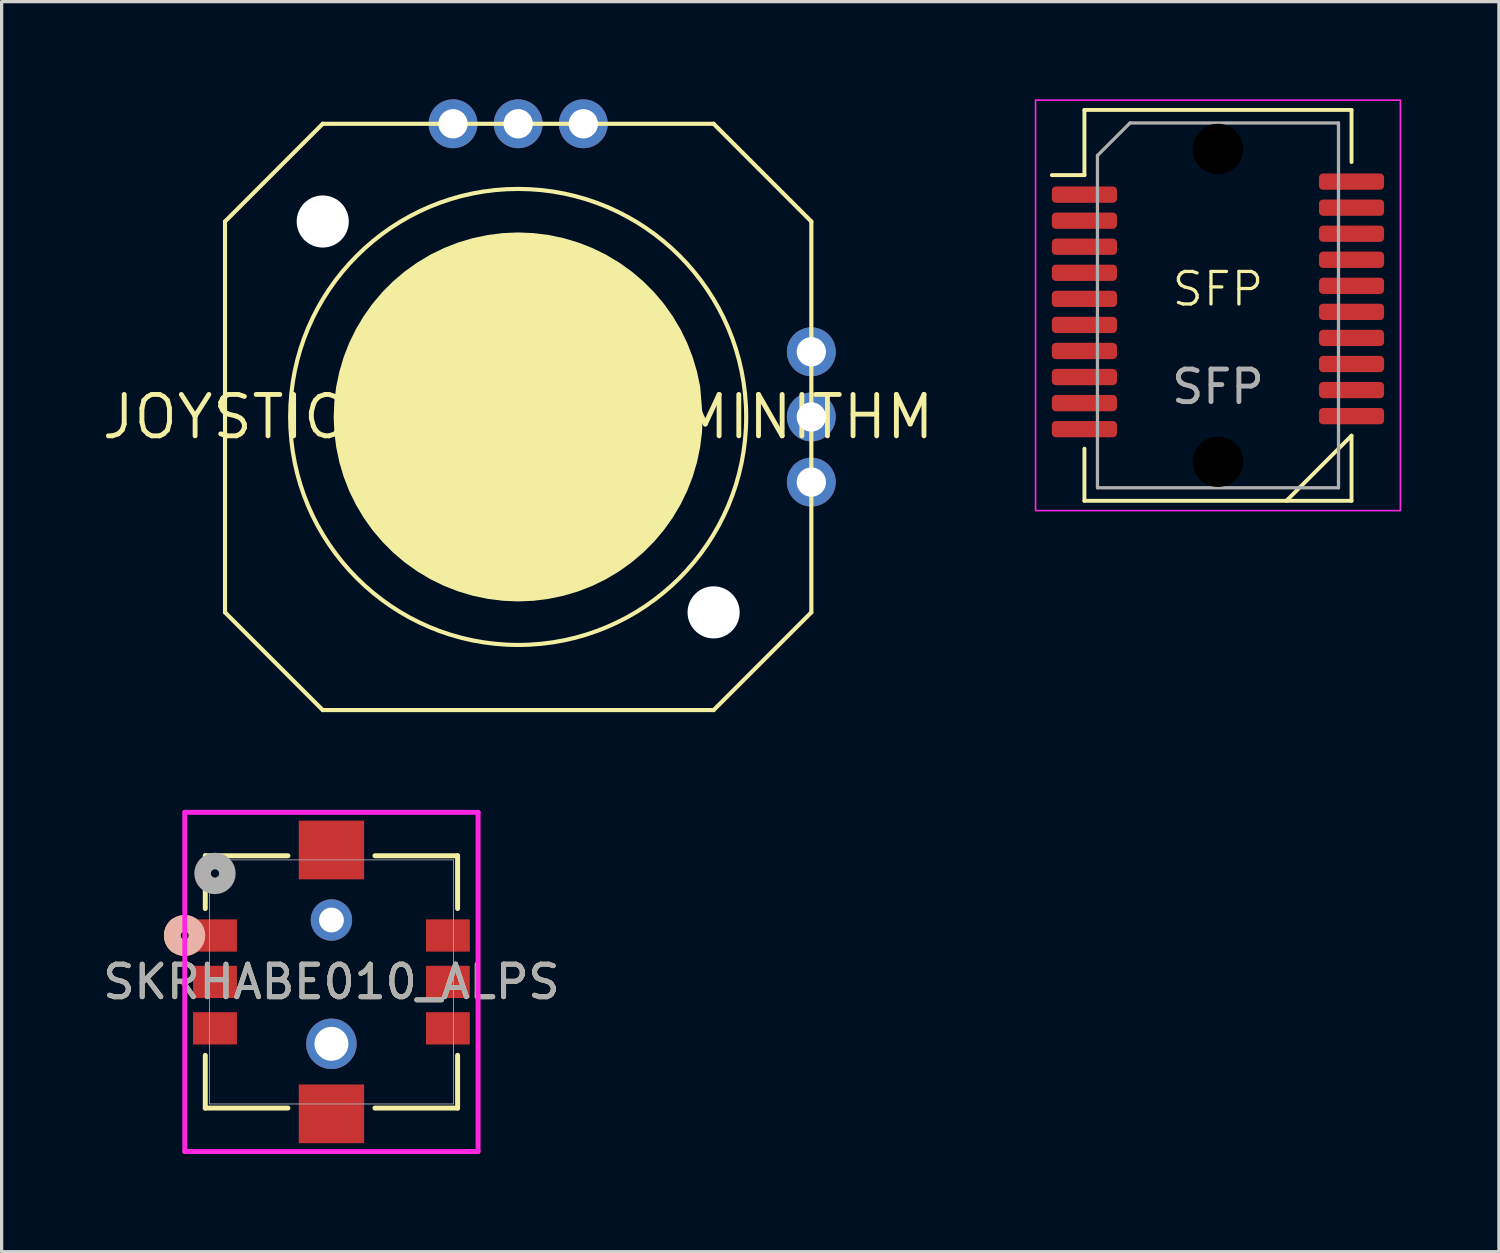
<source format=kicad_pcb>
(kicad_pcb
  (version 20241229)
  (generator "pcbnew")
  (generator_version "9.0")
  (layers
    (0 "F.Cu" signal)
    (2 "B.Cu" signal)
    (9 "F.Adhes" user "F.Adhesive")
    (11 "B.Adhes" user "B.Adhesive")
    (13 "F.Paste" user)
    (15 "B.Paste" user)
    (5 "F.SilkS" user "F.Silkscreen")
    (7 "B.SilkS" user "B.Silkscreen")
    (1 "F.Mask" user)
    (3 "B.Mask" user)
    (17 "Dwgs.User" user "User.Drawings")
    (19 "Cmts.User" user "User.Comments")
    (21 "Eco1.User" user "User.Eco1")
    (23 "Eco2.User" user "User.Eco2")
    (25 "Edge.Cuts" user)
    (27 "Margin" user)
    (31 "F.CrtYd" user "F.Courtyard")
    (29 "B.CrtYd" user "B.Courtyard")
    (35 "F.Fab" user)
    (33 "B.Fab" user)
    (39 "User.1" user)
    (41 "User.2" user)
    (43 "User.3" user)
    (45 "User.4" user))
  (footprint "SKRHABE010_ALPS"
    (layer "F.Cu")
    (at 7.125 27.095)
    (property "Reference" "SKRHABE010_ALPS" (at 0 0 0) (unlocked yes) (layer "F.SilkS") (effects (font (size 1 1) (thickness 0.15))))
    (attr smd)
    (fp_line (start -3.873 -3.873) (end -3.873 -2.253) (stroke (width 0.152) (type solid)) (layer "F.SilkS"))
    (fp_line (start -3.873 2.253) (end -3.873 3.873) (stroke (width 0.152) (type solid)) (layer "F.SilkS"))
    (fp_line (start -3.873 3.873) (end -1.336 3.873) (stroke (width 0.152) (type solid)) (layer "F.SilkS"))
    (fp_line (start -1.336 -3.873) (end -3.873 -3.873) (stroke (width 0.152) (type solid)) (layer "F.SilkS"))
    (fp_line (start 1.336 3.873) (end 3.873 3.873) (stroke (width 0.152) (type solid)) (layer "F.SilkS"))
    (fp_line (start 3.873 -3.873) (end 1.336 -3.873) (stroke (width 0.152) (type solid)) (layer "F.SilkS"))
    (fp_line (start 3.873 -2.253) (end 3.873 -3.873) (stroke (width 0.152) (type solid)) (layer "F.SilkS"))
    (fp_line (start 3.873 3.873) (end 3.873 2.253) (stroke (width 0.152) (type solid)) (layer "F.SilkS"))
    (fp_arc (start -4.758639 -1.137613) (mid -4.8895 -1.425) (end -4.758639 -1.712387) (stroke (width 0.508) (type solid)) (layer "F.SilkS"))
    (fp_circle (center -4.508 -1.425) (end -4.128 -1.425) (stroke (width 0.508) (type solid)) (fill no) (layer "B.SilkS"))
    (fp_line (start -4.502 -5.206) (end -4.502 5.206) (stroke (width 0.152) (type solid)) (layer "F.CrtYd"))
    (fp_line (start -4.502 5.206) (end 4.502 5.206) (stroke (width 0.152) (type solid)) (layer "F.CrtYd"))
    (fp_line (start 4.502 -5.206) (end -4.502 -5.206) (stroke (width 0.152) (type solid)) (layer "F.CrtYd"))
    (fp_line (start 4.502 5.206) (end 4.502 -5.206) (stroke (width 0.152) (type solid)) (layer "F.CrtYd"))
    (fp_line (start -3.747 -3.747) (end -3.747 3.747) (stroke (width 0.025) (type solid)) (layer "F.Fab"))
    (fp_line (start -3.747 3.747) (end 3.747 3.747) (stroke (width 0.025) (type solid)) (layer "F.Fab"))
    (fp_line (start 3.747 -3.747) (end -3.747 -3.747) (stroke (width 0.025) (type solid)) (layer "F.Fab"))
    (fp_line (start 3.747 3.747) (end 3.747 -3.747) (stroke (width 0.025) (type solid)) (layer "F.Fab"))
    (fp_circle (center -3.575 -3.33) (end -3.194 -3.33) (stroke (width 0.508) (type solid)) (fill no) (layer "F.Fab"))
    (fp_text user "${REFERENCE}" (at 0 0 0) (unlocked yes) (layer "F.Fab") (effects (font (size 1 1) (thickness 0.15))))
    (pad "1" smd rect (at -3.575 -1.425) (size 1.346 0.991) (layers "F.Cu" "F.Mask" "F.Paste"))
    (pad "2" smd rect (at -3.575 0) (size 1.346 0.991) (layers "F.Cu" "F.Mask" "F.Paste"))
    (pad "3" smd rect (at -3.575 1.425) (size 1.346 0.991) (layers "F.Cu" "F.Mask" "F.Paste"))
    (pad "4" smd rect (at 3.575 -1.425) (size 1.346 0.991) (layers "F.Cu" "F.Mask" "F.Paste"))
    (pad "5" smd rect (at 3.575 0) (size 1.346 0.991) (layers "F.Cu" "F.Mask" "F.Paste"))
    (pad "6" smd rect (at 3.575 1.425) (size 1.346 0.991) (layers "F.Cu" "F.Mask" "F.Paste"))
    (pad "7" smd rect (at 0 -4.05) (size 2.007 1.803) (layers "F.Cu" "F.Mask" "F.Paste"))
    (pad "8" smd rect (at 0 4.05) (size 2.007 1.803) (layers "F.Cu" "F.Mask" "F.Paste"))
    (pad "9" thru_hole circle (at 0 -1.9) (size 1.27 1.27) (drill 0.762) (layers "*.Cu" "*.Mask"))
    (pad "10" thru_hole circle (at 0 1.9) (size 1.549 1.549) (drill 1.041) (layers "*.Cu" "*.Mask")))
  (footprint "SFP"
    (layer "F.Cu")
    (at 34.342 6.325)
    (property "Reference" "SFP" (at 0 -0.5 0) (unlocked yes) (layer "F.SilkS") (effects (font (size 1 1) (thickness 0.1))))
    (attr smd)
    (fp_line (start -4.1 -6) (end -4.1 -4) (stroke (width 0.12) (type solid)) (layer "F.SilkS"))
    (fp_line (start -4.1 -4) (end -5.1 -4) (stroke (width 0.12) (type solid)) (layer "F.SilkS"))
    (fp_line (start -4.1 4.4) (end -4.1 6) (stroke (width 0.12) (type solid)) (layer "F.SilkS"))
    (fp_line (start 2.1 6) (end 4.1 4) (stroke (width 0.12) (type default)) (layer "F.SilkS"))
    (fp_line (start 4.1 -6) (end -4.1 -6) (stroke (width 0.12) (type solid)) (layer "F.SilkS"))
    (fp_line (start 4.1 -4.4) (end 4.1 -6) (stroke (width 0.12) (type solid)) (layer "F.SilkS"))
    (fp_line (start 4.1 4) (end 4.1 6) (stroke (width 0.12) (type solid)) (layer "F.SilkS"))
    (fp_line (start 4.1 6) (end -4.1 6) (stroke (width 0.12) (type solid)) (layer "F.SilkS"))
    (fp_rect (start -5.6 -6.3) (end 5.6 6.3) (stroke (width 0.05) (type default)) (fill no) (layer "F.CrtYd"))
    (fp_line (start -3.7 -4.6) (end -3.7 5.6) (stroke (width 0.1) (type solid)) (layer "F.Fab"))
    (fp_line (start -3.7 -4.6) (end -2.7 -5.6) (stroke (width 0.1) (type solid)) (layer "F.Fab"))
    (fp_line (start 3.7 -5.6) (end -2.7 -5.6) (stroke (width 0.1) (type solid)) (layer "F.Fab"))
    (fp_line (start 3.7 -5.6) (end 3.7 5.6) (stroke (width 0.1) (type solid)) (layer "F.Fab"))
    (fp_line (start 3.7 5.6) (end -3.7 5.6) (stroke (width 0.1) (type solid)) (layer "F.Fab"))
    (fp_text user "${REFERENCE}" (at 0 2.5 0) (unlocked yes) (layer "F.Fab") (effects (font (size 1 1) (thickness 0.15))))
    (pad "" np_thru_hole circle (at 0 -4.8) (size 2 2) (drill 1.55) (layers "*.Mask"))
    (pad "" np_thru_hole circle (at 0 4.8) (size 2 2) (drill 1.55) (layers "*.Mask"))
    (pad "1" smd roundrect (at -4.1 -3.4) (size 2 0.5) (layers "F.Cu" "F.Mask" "F.Paste") (roundrect_rratio 0.25))
    (pad "2" smd roundrect (at -4.1 -2.6) (size 2 0.5) (layers "F.Cu" "F.Mask" "F.Paste") (roundrect_rratio 0.25))
    (pad "3" smd roundrect (at -4.1 -1.8) (size 2 0.5) (layers "F.Cu" "F.Mask" "F.Paste") (roundrect_rratio 0.25))
    (pad "4" smd roundrect (at -4.1 -1) (size 2 0.5) (layers "F.Cu" "F.Mask" "F.Paste") (roundrect_rratio 0.25))
    (pad "5" smd roundrect (at -4.1 -0.2) (size 2 0.5) (layers "F.Cu" "F.Mask" "F.Paste") (roundrect_rratio 0.25))
    (pad "6" smd roundrect (at -4.1 0.6) (size 2 0.5) (layers "F.Cu" "F.Mask" "F.Paste") (roundrect_rratio 0.25))
    (pad "7" smd roundrect (at -4.1 1.4) (size 2 0.5) (layers "F.Cu" "F.Mask" "F.Paste") (roundrect_rratio 0.25))
    (pad "8" smd roundrect (at -4.1 2.2) (size 2 0.5) (layers "F.Cu" "F.Mask" "F.Paste") (roundrect_rratio 0.25))
    (pad "9" smd roundrect (at -4.1 3) (size 2 0.5) (layers "F.Cu" "F.Mask" "F.Paste") (roundrect_rratio 0.25))
    (pad "10" smd roundrect (at -4.1 3.8) (size 2 0.5) (layers "F.Cu" "F.Mask" "F.Paste") (roundrect_rratio 0.25))
    (pad "11" smd roundrect (at 4.1 3.4) (size 2 0.5) (layers "F.Cu" "F.Mask" "F.Paste") (roundrect_rratio 0.25))
    (pad "12" smd roundrect (at 4.1 2.6) (size 2 0.5) (layers "F.Cu" "F.Mask" "F.Paste") (roundrect_rratio 0.25))
    (pad "13" smd roundrect (at 4.1 1.8) (size 2 0.5) (layers "F.Cu" "F.Mask" "F.Paste") (roundrect_rratio 0.25))
    (pad "14" smd roundrect (at 4.1 1) (size 2 0.5) (layers "F.Cu" "F.Mask" "F.Paste") (roundrect_rratio 0.25))
    (pad "15" smd roundrect (at 4.1 0.2) (size 2 0.5) (layers "F.Cu" "F.Mask" "F.Paste") (roundrect_rratio 0.25))
    (pad "16" smd roundrect (at 4.1 -0.6) (size 2 0.5) (layers "F.Cu" "F.Mask" "F.Paste") (roundrect_rratio 0.25))
    (pad "17" smd roundrect (at 4.1 -1.4) (size 2 0.5) (layers "F.Cu" "F.Mask" "F.Paste") (roundrect_rratio 0.25))
    (pad "18" smd roundrect (at 4.1 -2.2) (size 2 0.5) (layers "F.Cu" "F.Mask" "F.Paste") (roundrect_rratio 0.25))
    (pad "19" smd roundrect (at 4.1 -3) (size 2 0.5) (layers "F.Cu" "F.Mask" "F.Paste") (roundrect_rratio 0.25))
    (pad "20" smd roundrect (at 4.1 -3.8) (size 2 0.5) (layers "F.Cu" "F.Mask" "F.Paste") (roundrect_rratio 0.25)))
  (footprint "JOYSTICK_ANALOG_MINITHM"
    (layer "F.Cu")
    (at 12.858 9.75)
    (property "Reference" "JOYSTICK_ANALOG_MINITHM" (at 0 0 0) (unlocked yes) (layer "F.SilkS") (effects (font (size 1.27 1.27) (thickness 0.15))))
    (fp_line (start -9 -6) (end -6 -9) (stroke (width 0.127) (type solid)) (layer "F.SilkS"))
    (fp_line (start -9 6) (end -9 -6) (stroke (width 0.127) (type solid)) (layer "F.SilkS"))
    (fp_line (start -6 -9) (end 6 -9) (stroke (width 0.127) (type solid)) (layer "F.SilkS"))
    (fp_line (start -6 9) (end -9 6) (stroke (width 0.127) (type solid)) (layer "F.SilkS"))
    (fp_line (start 6 -9) (end 9 -6) (stroke (width 0.127) (type solid)) (layer "F.SilkS"))
    (fp_line (start 6 9) (end -6 9) (stroke (width 0.127) (type solid)) (layer "F.SilkS"))
    (fp_line (start 9 -6) (end 9 6) (stroke (width 0.127) (type solid)) (layer "F.SilkS"))
    (fp_line (start 9 6) (end 6 9) (stroke (width 0.127) (type solid)) (layer "F.SilkS"))
    (fp_circle (center 0 0) (end 7 0) (stroke (width 0.127) (type solid)) (fill no) (layer "F.SilkS"))
    (fp_poly (pts (xy 0.468 -5.644) (xy 0.932 -5.586) (xy 1.39 -5.49) (xy 1.839 -5.357) (xy 2.275 -5.187) (xy 2.696 -4.981) (xy 3.098 -4.741) (xy 3.479 -4.469) (xy 3.836 -4.167) (xy 4.167 -3.836) (xy 4.469 -3.479) (xy 4.741 -3.098) (xy 4.981 -2.696) (xy 5.187 -2.275) (xy 5.357 -1.839) (xy 5.49 -1.39) (xy 5.587 -0.931) (xy 5.664 -0.001) (xy 5.644 0.468) (xy 5.586 0.932) (xy 5.49 1.39) (xy 5.357 1.839) (xy 5.187 2.275) (xy 4.981 2.696) (xy 4.741 3.098) (xy 4.469 3.479) (xy 4.167 3.836) (xy 3.836 4.167) (xy 3.479 4.469) (xy 3.098 4.741) (xy 2.696 4.981) (xy 2.275 5.187) (xy 1.839 5.357) (xy 1.39 5.49) (xy 0.932 5.586) (xy 0.468 5.644) (xy 0 5.664) (xy -0.468 5.644) (xy -0.932 5.586) (xy -1.39 5.49) (xy -1.839 5.357) (xy -2.275 5.187) (xy -2.696 4.981) (xy -3.098 4.741) (xy -3.479 4.469) (xy -3.836 4.167) (xy -4.167 3.836) (xy -4.469 3.479) (xy -4.741 3.098) (xy -4.981 2.696) (xy -5.187 2.275) (xy -5.357 1.839) (xy -5.49 1.39) (xy -5.586 0.932) (xy -5.644 0.468) (xy -5.664 0) (xy -5.644 -0.468) (xy -5.586 -0.932) (xy -5.49 -1.39) (xy -5.357 -1.839) (xy -5.187 -2.275) (xy -4.981 -2.696) (xy -4.741 -3.098) (xy -4.469 -3.479) (xy -4.167 -3.836) (xy -3.836 -4.167) (xy -3.479 -4.469) (xy -3.098 -4.741) (xy -2.696 -4.981) (xy -2.275 -5.187) (xy -1.839 -5.357) (xy -1.39 -5.49) (xy -0.932 -5.586) (xy -0.468 -5.644) (xy 0 -5.664)) (stroke (width 0) (type default)) (fill yes) (layer "F.SilkS"))
    (pad "" np_thru_hole circle (at -6 -6) (size 1.6 1.6) (drill 1.6) (layers "*.Cu" "*.Mask"))
    (pad "" np_thru_hole circle (at 6 6) (size 1.6 1.6) (drill 1.6) (layers "*.Cu" "*.Mask"))
    (pad "1" thru_hole circle (at -2 -9 90) (size 1.5 1.5) (drill 0.9) (layers "*.Cu" "*.Mask"))
    (pad "2" thru_hole circle (at 0 -9 90) (size 1.5 1.5) (drill 0.9) (layers "*.Cu" "*.Mask"))
    (pad "3" thru_hole circle (at 2 -9 90) (size 1.5 1.5) (drill 0.9) (layers "*.Cu" "*.Mask"))
    (pad "4" thru_hole circle (at 9 -2) (size 1.5 1.5) (drill 0.9) (layers "*.Cu" "*.Mask"))
    (pad "5" thru_hole circle (at 9 0) (size 1.5 1.5) (drill 0.9) (layers "*.Cu" "*.Mask"))
    (pad "6" thru_hole circle (at 9 2) (size 1.5 1.5) (drill 0.9) (layers "*.Cu" "*.Mask")))
  (gr_rect
    (start -3 -3)
    (end 42.967 35.377)
    (stroke (width 0.1) (type default))
    (fill no)
    (layer "Edge.Cuts")))
</source>
